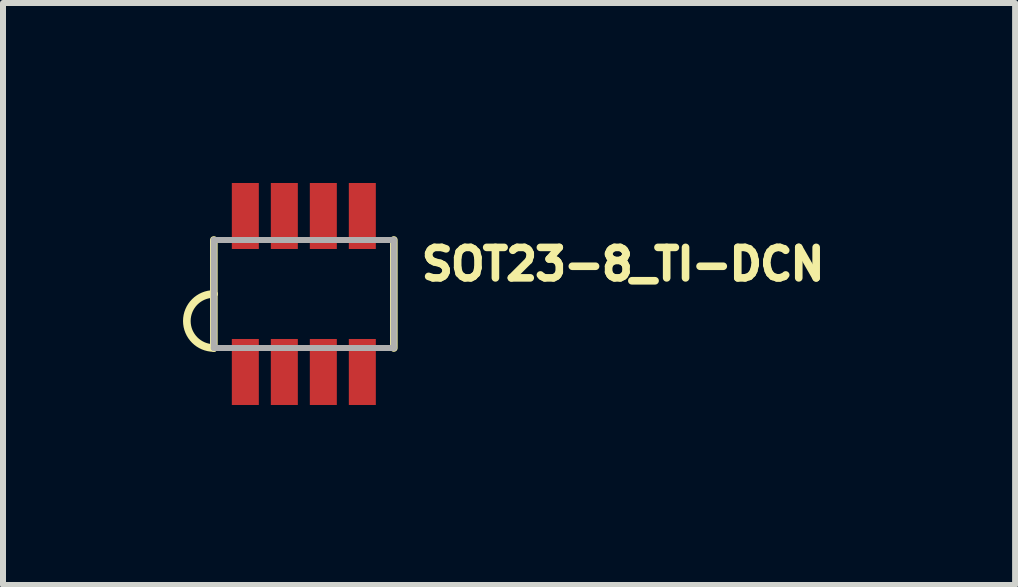
<source format=kicad_pcb>
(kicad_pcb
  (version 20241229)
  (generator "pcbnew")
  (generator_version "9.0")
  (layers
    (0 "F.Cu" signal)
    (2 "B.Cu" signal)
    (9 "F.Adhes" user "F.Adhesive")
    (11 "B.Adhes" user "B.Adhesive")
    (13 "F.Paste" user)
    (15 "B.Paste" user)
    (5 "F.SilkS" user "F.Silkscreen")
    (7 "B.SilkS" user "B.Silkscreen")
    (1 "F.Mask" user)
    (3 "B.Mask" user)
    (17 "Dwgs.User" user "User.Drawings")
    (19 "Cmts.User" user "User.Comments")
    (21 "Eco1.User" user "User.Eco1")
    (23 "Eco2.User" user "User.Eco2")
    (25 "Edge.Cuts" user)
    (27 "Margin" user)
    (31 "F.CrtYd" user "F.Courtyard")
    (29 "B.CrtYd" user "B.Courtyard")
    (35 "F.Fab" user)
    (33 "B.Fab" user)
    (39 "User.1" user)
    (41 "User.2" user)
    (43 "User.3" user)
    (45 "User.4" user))
  (footprint "SOT23-8_TI-DCN"
    (layer "F.Cu")
    (at 2.014 1.85)
    (property "Reference" "SOT23-8_TI-DCN" (at 1.9 -0.2 0) (layer "F.SilkS") (effects (font (size 0.508 0.508) (thickness 0.127)) (justify left bottom)))
    (fp_line (start -1.5 -0.9) (end -1.5 0) (stroke (width 0.127) (type solid)) (layer "F.SilkS"))
    (fp_line (start -1.5 0) (end -1.5 0.9) (stroke (width 0.127) (type solid)) (layer "F.SilkS"))
    (fp_line (start 1.5 -0.9) (end 1.5 0.9) (stroke (width 0.127) (type solid)) (layer "F.SilkS"))
    (fp_arc (start -1.5 0.9) (mid -1.95 0.45) (end -1.5 0) (stroke (width 0.127) (type solid)) (layer "F.SilkS"))
    (fp_line (start -1.5 -0.9) (end -1.5 0.9) (stroke (width 0.1) (type solid)) (layer "F.Fab"))
    (fp_line (start -1.5 0.9) (end 1.5 0.9) (stroke (width 0.1) (type solid)) (layer "F.Fab"))
    (fp_line (start 1.5 -0.9) (end -1.5 -0.9) (stroke (width 0.1) (type solid)) (layer "F.Fab"))
    (fp_line (start 1.5 0.9) (end 1.5 -0.9) (stroke (width 0.1) (type solid)) (layer "F.Fab"))
    (pad "1" smd rect (at -0.975 1.3 90) (size 1.1 0.45) (layers "F.Cu" "F.Mask" "F.Paste"))
    (pad "2" smd rect (at -0.325 1.3 90) (size 1.1 0.45) (layers "F.Cu" "F.Mask" "F.Paste"))
    (pad "3" smd rect (at 0.325 1.3 90) (size 1.1 0.45) (layers "F.Cu" "F.Mask" "F.Paste"))
    (pad "4" smd rect (at 0.975 1.3 90) (size 1.1 0.45) (layers "F.Cu" "F.Mask" "F.Paste"))
    (pad "5" smd rect (at 0.975 -1.3 90) (size 1.1 0.45) (layers "F.Cu" "F.Mask" "F.Paste"))
    (pad "6" smd rect (at 0.325 -1.3 90) (size 1.1 0.45) (layers "F.Cu" "F.Mask" "F.Paste"))
    (pad "7" smd rect (at -0.325 -1.3 90) (size 1.1 0.45) (layers "F.Cu" "F.Mask" "F.Paste"))
    (pad "8" smd rect (at -0.975 -1.3 90) (size 1.1 0.45) (layers "F.Cu" "F.Mask" "F.Paste")))
  (gr_rect
    (start -3 -3)
    (end 13.869 6.7)
    (stroke (width 0.1) (type default))
    (fill no)
    (layer "Edge.Cuts")))
</source>
